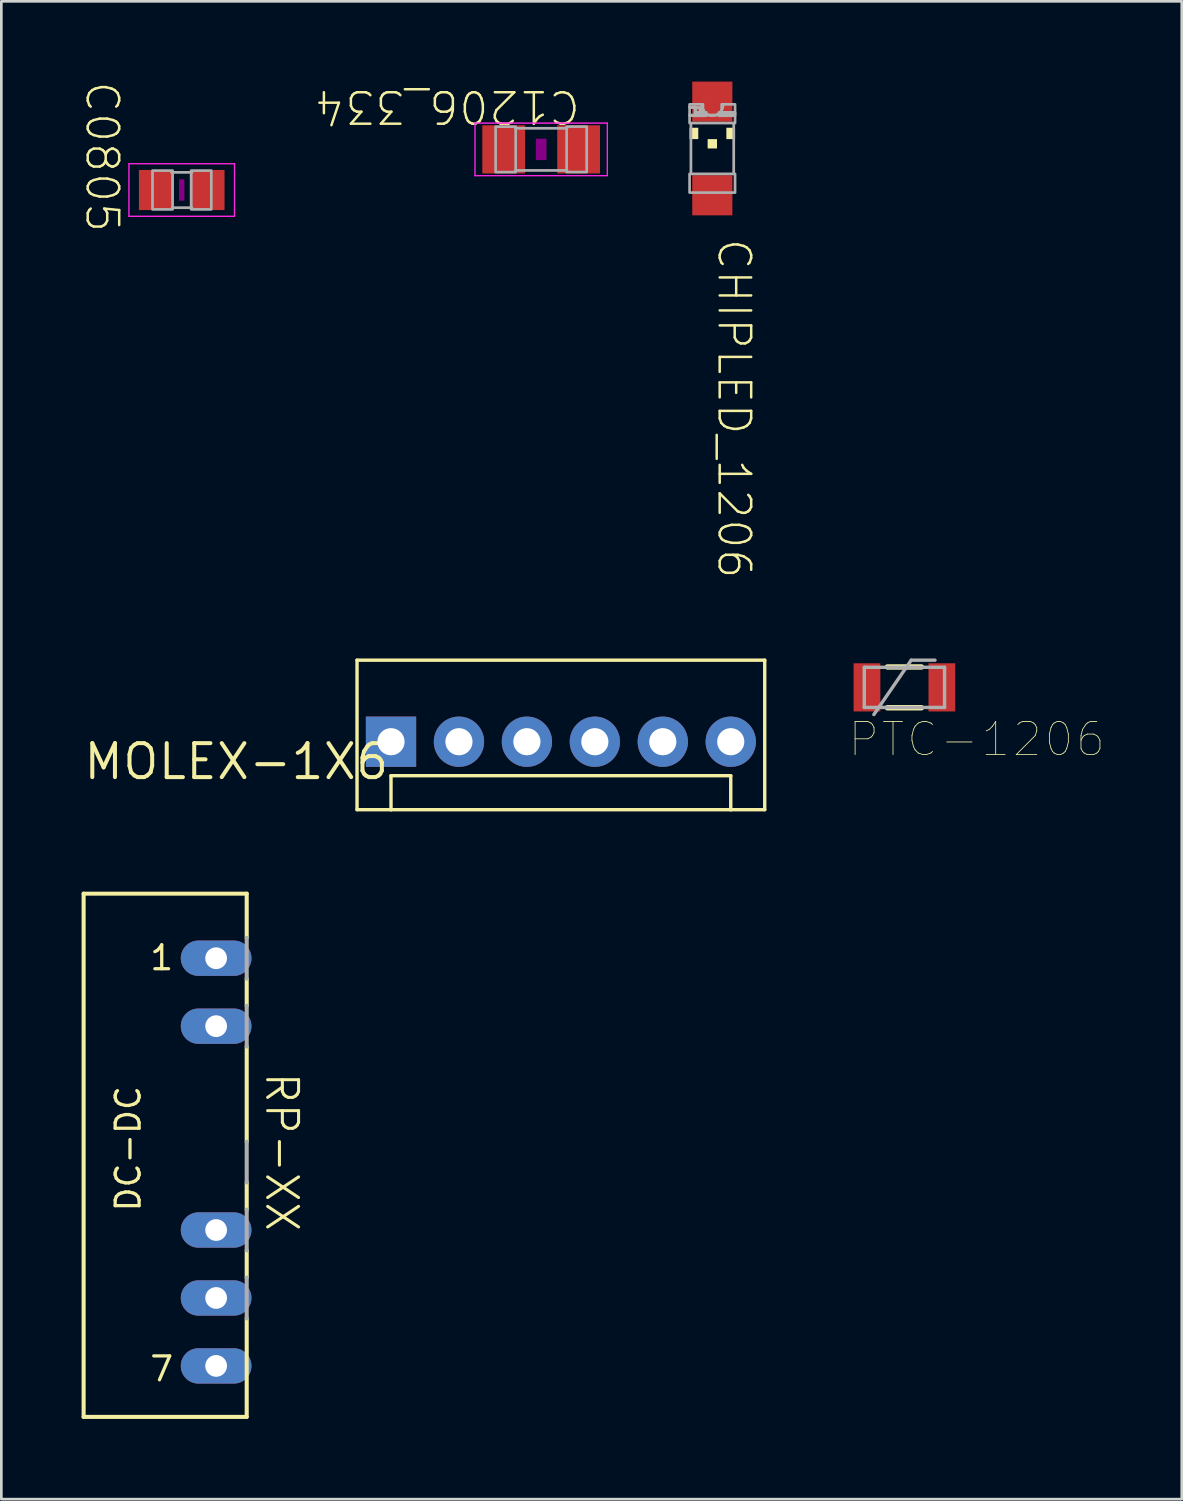
<source format=kicad_pcb>
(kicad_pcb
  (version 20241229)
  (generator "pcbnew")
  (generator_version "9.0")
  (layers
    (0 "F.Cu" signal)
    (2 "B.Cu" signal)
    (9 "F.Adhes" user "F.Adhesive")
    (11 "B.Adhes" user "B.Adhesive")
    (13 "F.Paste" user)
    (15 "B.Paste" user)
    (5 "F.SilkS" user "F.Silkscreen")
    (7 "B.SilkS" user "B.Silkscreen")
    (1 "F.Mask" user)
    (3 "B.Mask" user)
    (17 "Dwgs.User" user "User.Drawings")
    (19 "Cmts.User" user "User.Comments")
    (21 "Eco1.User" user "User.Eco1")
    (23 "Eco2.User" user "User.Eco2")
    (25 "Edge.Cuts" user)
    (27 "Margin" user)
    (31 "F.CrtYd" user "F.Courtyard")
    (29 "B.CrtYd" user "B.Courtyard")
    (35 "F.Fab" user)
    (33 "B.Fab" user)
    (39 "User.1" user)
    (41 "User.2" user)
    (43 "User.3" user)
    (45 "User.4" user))
  (footprint "C0805"
    (layer "F.Cu")
    (at 3.743 4.053)
    (property "Reference" "C0805" (at -2.286 1.651 270) (unlocked yes) (layer "F.SilkS") (effects (font (size 1.177 1.177) (thickness 0.093)) (justify right top)))
    (fp_poly (pts (xy -0.1 0.4) (xy 0.1 0.4) (xy 0.1 -0.4) (xy -0.1 -0.4)) (stroke (width 0) (type default)) (fill yes) (layer "F.Adhes"))
    (fp_line (start -1.973 -0.983) (end 1.973 -0.983) (stroke (width 0.051) (type solid)) (layer "F.CrtYd"))
    (fp_line (start -1.973 0.983) (end -1.973 -0.983) (stroke (width 0.051) (type solid)) (layer "F.CrtYd"))
    (fp_line (start 1.973 -0.983) (end 1.973 0.983) (stroke (width 0.051) (type solid)) (layer "F.CrtYd"))
    (fp_line (start 1.973 0.983) (end -1.973 0.983) (stroke (width 0.051) (type solid)) (layer "F.CrtYd"))
    (fp_line (start -0.381 -0.66) (end 0.381 -0.66) (stroke (width 0.102) (type solid)) (layer "F.Fab"))
    (fp_line (start -0.356 0.66) (end 0.381 0.66) (stroke (width 0.102) (type solid)) (layer "F.Fab"))
    (fp_poly (pts (xy -1.092 0.724) (xy -0.342 0.724) (xy -0.342 -0.726) (xy -1.092 -0.726)) (stroke (width 0.1) (type default)) (fill no) (layer "F.Fab"))
    (fp_poly (pts (xy 0.356 0.724) (xy 1.106 0.724) (xy 1.106 -0.726) (xy 0.356 -0.726)) (stroke (width 0.1) (type default)) (fill no) (layer "F.Fab"))
    (pad "1" smd rect (at -0.95 0) (size 1.3 1.5) (layers "F.Cu" "F.Mask" "F.Paste"))
    (pad "2" smd rect (at 0.95 0) (size 1.3 1.5) (layers "F.Cu" "F.Mask" "F.Paste")))
  (footprint "PTC-1206"
    (layer "F.Cu")
    (at 30.758 22.644)
    (property "Reference" "PTC-1206" (at -2.159 2.667 0) (unlocked yes) (layer "F.SilkS") (effects (font (size 1.24 1.24) (thickness 0.03)) (justify left bottom)))
    (fp_line (start -0.635 -0.762) (end 0.635 -0.762) (stroke (width 0.203) (type solid)) (layer "F.SilkS"))
    (fp_line (start 0.635 0.762) (end -0.635 0.762) (stroke (width 0.203) (type solid)) (layer "F.SilkS"))
    (fp_line (start -1.5 -0.75) (end 1.5 -0.75) (stroke (width 0.127) (type solid)) (layer "F.Fab"))
    (fp_line (start -1.5 0.75) (end -1.5 -0.75) (stroke (width 0.127) (type solid)) (layer "F.Fab"))
    (fp_line (start -1.143 1.016) (end 0.254 -1.016) (stroke (width 0.127) (type solid)) (layer "F.Fab"))
    (fp_line (start 0.254 -1.016) (end 1.143 -1.016) (stroke (width 0.127) (type solid)) (layer "F.Fab"))
    (fp_line (start 1.5 -0.75) (end 1.5 0.75) (stroke (width 0.127) (type solid)) (layer "F.Fab"))
    (fp_line (start 1.5 0.75) (end -1.5 0.75) (stroke (width 0.127) (type solid)) (layer "F.Fab"))
    (pad "1" smd rect (at -1.4 0) (size 1 1.8) (layers "F.Cu" "F.Mask" "F.Paste"))
    (pad "2" smd rect (at 1.4 0) (size 1 1.8) (layers "F.Cu" "F.Mask" "F.Paste")))
  (footprint "CHIPLED_1206"
    (layer "F.Cu")
    (at 23.577 2.5)
    (property "Reference" "CHIPLED_1206" (at 0.127 3.302 270) (unlocked yes) (layer "F.SilkS") (effects (font (size 1.177 1.177) (thickness 0.093)) (justify left bottom)))
    (fp_poly (pts (xy -0.85 -0.35) (xy -0.525 -0.35) (xy -0.525 -0.775) (xy -0.85 -0.775)) (stroke (width 0) (type default)) (fill yes) (layer "F.SilkS"))
    (fp_poly (pts (xy -0.175 0) (xy 0.175 0) (xy 0.175 -0.35) (xy -0.175 -0.35)) (stroke (width 0) (type default)) (fill yes) (layer "F.SilkS"))
    (fp_poly (pts (xy 0.525 -0.35) (xy 0.85 -0.35) (xy 0.85 -0.775) (xy 0.525 -0.775)) (stroke (width 0) (type default)) (fill yes) (layer "F.SilkS"))
    (fp_line (start -0.8 0.95) (end -0.8 -0.95) (stroke (width 0.102) (type solid)) (layer "F.Fab"))
    (fp_line (start 0.8 -0.95) (end 0.8 0.95) (stroke (width 0.102) (type solid)) (layer "F.Fab"))
    (fp_arc (start 0.4 -1.625) (mid 0 -1.225) (end -0.4 -1.625) (stroke (width 0.1016) (type solid)) (layer "F.Fab"))
    (fp_circle (center -0.55 -1.425) (end -0.45 -1.425) (stroke (width 0.102) (type solid)) (fill no) (layer "F.Fab"))
    (fp_poly (pts (xy -0.85 -1.525) (xy -0.35 -1.525) (xy -0.35 -1.65) (xy -0.85 -1.65)) (stroke (width 0.1) (type default)) (fill no) (layer "F.Fab"))
    (fp_poly (pts (xy -0.85 -1.225) (xy -0.625 -1.225) (xy -0.625 -1.55) (xy -0.85 -1.55)) (stroke (width 0.1) (type default)) (fill no) (layer "F.Fab"))
    (fp_poly (pts (xy -0.85 -0.95) (xy 0.85 -0.95) (xy 0.85 -1.25) (xy -0.85 -1.25)) (stroke (width 0.1) (type default)) (fill no) (layer "F.Fab"))
    (fp_poly (pts (xy -0.85 1.65) (xy 0.85 1.65) (xy 0.85 0.95) (xy -0.85 0.95)) (stroke (width 0.1) (type default)) (fill no) (layer "F.Fab"))
    (fp_poly (pts (xy -0.65 -1.225) (xy -0.225 -1.225) (xy -0.225 -1.35) (xy -0.65 -1.35)) (stroke (width 0.1) (type default)) (fill no) (layer "F.Fab"))
    (fp_poly (pts (xy -0.45 -1.225) (xy -0.325 -1.225) (xy -0.325 -1.45) (xy -0.45 -1.45)) (stroke (width 0.1) (type default)) (fill no) (layer "F.Fab"))
    (fp_poly (pts (xy 0.25 -1.225) (xy 0.85 -1.225) (xy 0.85 -1.35) (xy 0.25 -1.35)) (stroke (width 0.1) (type default)) (fill no) (layer "F.Fab"))
    (fp_poly (pts (xy 0.35 -1.3) (xy 0.85 -1.3) (xy 0.85 -1.65) (xy 0.35 -1.65)) (stroke (width 0.1) (type default)) (fill no) (layer "F.Fab"))
    (pad "A" smd rect (at 0 1.75) (size 1.5 1.5) (layers "F.Cu" "F.Mask" "F.Paste"))
    (pad "C" smd rect (at 0 -1.75) (size 1.5 1.5) (layers "F.Cu" "F.Mask" "F.Paste")))
  (footprint "MOLEX-1X6"
    (layer "F.Cu")
    (at 11.566 24.676)
    (property "Reference" "MOLEX-1X6" (at 0 0 0) (layer "F.SilkS") (effects (font (size 1.27 1.27) (thickness 0.15)) (justify right top)))
    (fp_line (start -1.27 -3.048) (end -1.27 2.54) (stroke (width 0.127) (type solid)) (layer "F.SilkS"))
    (fp_line (start 0 1.27) (end 12.7 1.27) (stroke (width 0.127) (type solid)) (layer "F.SilkS"))
    (fp_line (start 0 2.54) (end -1.27 2.54) (stroke (width 0.127) (type solid)) (layer "F.SilkS"))
    (fp_line (start 0 2.54) (end 0 1.27) (stroke (width 0.127) (type solid)) (layer "F.SilkS"))
    (fp_line (start 12.7 1.27) (end 12.7 2.54) (stroke (width 0.127) (type solid)) (layer "F.SilkS"))
    (fp_line (start 12.7 2.54) (end 0 2.54) (stroke (width 0.127) (type solid)) (layer "F.SilkS"))
    (fp_line (start 13.97 -3.048) (end -1.27 -3.048) (stroke (width 0.127) (type solid)) (layer "F.SilkS"))
    (fp_line (start 13.97 -3.048) (end 13.97 2.54) (stroke (width 0.127) (type solid)) (layer "F.SilkS"))
    (fp_line (start 13.97 2.54) (end 12.7 2.54) (stroke (width 0.127) (type solid)) (layer "F.SilkS"))
    (pad "1" thru_hole rect (at 0 0) (size 1.88 1.88) (drill 1.016) (layers "*.Cu" "*.Mask"))
    (pad "2" thru_hole circle (at 2.54 0) (size 1.88 1.88) (drill 1.016) (layers "*.Cu" "*.Mask"))
    (pad "3" thru_hole circle (at 5.08 0) (size 1.88 1.88) (drill 1.016) (layers "*.Cu" "*.Mask"))
    (pad "4" thru_hole circle (at 7.62 0) (size 1.88 1.88) (drill 1.016) (layers "*.Cu" "*.Mask"))
    (pad "5" thru_hole circle (at 10.16 0) (size 1.88 1.88) (drill 1.016) (layers "*.Cu" "*.Mask"))
    (pad "6" thru_hole circle (at 12.7 0) (size 1.88 1.88) (drill 1.016) (layers "*.Cu" "*.Mask")))
  (footprint "C1206_334"
    (layer "F.Cu")
    (at 17.179 2.534)
    (property "Reference" "C1206_334" (at 1.524 -2.286 180) (unlocked yes) (layer "F.SilkS") (effects (font (size 1.177 1.177) (thickness 0.093)) (justify left bottom)))
    (fp_poly (pts (xy -0.2 0.4) (xy 0.2 0.4) (xy 0.2 -0.4) (xy -0.2 -0.4)) (stroke (width 0) (type default)) (fill yes) (layer "F.Adhes"))
    (fp_line (start -2.473 -0.983) (end 2.473 -0.983) (stroke (width 0.051) (type solid)) (layer "F.CrtYd"))
    (fp_line (start -2.473 0.983) (end -2.473 -0.983) (stroke (width 0.051) (type solid)) (layer "F.CrtYd"))
    (fp_line (start 2.473 -0.983) (end 2.473 0.983) (stroke (width 0.051) (type solid)) (layer "F.CrtYd"))
    (fp_line (start 2.473 0.983) (end -2.473 0.983) (stroke (width 0.051) (type solid)) (layer "F.CrtYd"))
    (fp_line (start -0.965 -0.787) (end 0.965 -0.787) (stroke (width 0.102) (type solid)) (layer "F.Fab"))
    (fp_line (start -0.965 0.787) (end 0.965 0.787) (stroke (width 0.102) (type solid)) (layer "F.Fab"))
    (fp_poly (pts (xy -1.702 0.851) (xy -0.952 0.851) (xy -0.952 -0.849) (xy -1.702 -0.849)) (stroke (width 0.1) (type default)) (fill no) (layer "F.Fab"))
    (fp_poly (pts (xy 0.952 0.849) (xy 1.702 0.849) (xy 1.702 -0.851) (xy 0.952 -0.851)) (stroke (width 0.1) (type default)) (fill no) (layer "F.Fab"))
    (pad "1" smd rect (at -1.4 0) (size 1.6 1.8) (layers "F.Cu" "F.Mask" "F.Paste"))
    (pad "2" smd rect (at 1.4 0) (size 1.6 1.8) (layers "F.Cu" "F.Mask" "F.Paste")))
  (footprint "RP-XX"
    (layer "F.Cu")
    (at 5.029 39.119)
    (property "Reference" "RP-XX" (at 1.778 -2.159 270) (unlocked yes) (layer "F.SilkS") (effects (font (size 1.156 1.156) (thickness 0.114)) (justify left bottom)))
    (fp_line (start -4.953 -8.763) (end -4.953 10.795) (stroke (width 0.152) (type solid)) (layer "F.SilkS"))
    (fp_line (start -4.953 10.795) (end 1.143 10.795) (stroke (width 0.152) (type solid)) (layer "F.SilkS"))
    (fp_line (start 1.143 -8.763) (end -4.953 -8.763) (stroke (width 0.152) (type solid)) (layer "F.SilkS"))
    (fp_line (start 1.143 -7.112) (end 1.143 -8.763) (stroke (width 0.152) (type solid)) (layer "F.SilkS"))
    (fp_line (start 1.143 -4.572) (end 1.143 -5.588) (stroke (width 0.152) (type solid)) (layer "F.SilkS"))
    (fp_line (start 1.143 0.508) (end 1.143 -3.048) (stroke (width 0.152) (type solid)) (layer "F.SilkS"))
    (fp_line (start 1.143 3.048) (end 1.143 2.032) (stroke (width 0.152) (type solid)) (layer "F.SilkS"))
    (fp_line (start 1.143 5.588) (end 1.143 4.572) (stroke (width 0.152) (type solid)) (layer "F.SilkS"))
    (fp_line (start 1.143 10.795) (end 1.143 7.112) (stroke (width 0.152) (type solid)) (layer "F.SilkS"))
    (fp_line (start 1.143 -5.588) (end 1.143 -7.112) (stroke (width 0.152) (type solid)) (layer "F.Fab"))
    (fp_line (start 1.143 -3.048) (end 1.143 -4.572) (stroke (width 0.152) (type solid)) (layer "F.Fab"))
    (fp_line (start 1.143 2.032) (end 1.143 0.508) (stroke (width 0.152) (type solid)) (layer "F.Fab"))
    (fp_line (start 1.143 4.572) (end 1.143 3.048) (stroke (width 0.152) (type solid)) (layer "F.Fab"))
    (fp_line (start 1.143 7.112) (end 1.143 5.588) (stroke (width 0.152) (type solid)) (layer "F.Fab"))
    (fp_text user "DC-DC" (at -3.81 -1.651 90) (unlocked yes) (layer "F.SilkS") (effects (font (size 0.894 0.894) (thickness 0.122)) (justify right top)))
    (fp_text user "1" (at -2.54 -5.842 0) (unlocked yes) (layer "F.SilkS") (effects (font (size 0.894 0.894) (thickness 0.122)) (justify left bottom)))
    (fp_text user "7" (at -2.54 9.525 0) (unlocked yes) (layer "F.SilkS") (effects (font (size 0.894 0.894) (thickness 0.122)) (justify left bottom)))
    (pad "1" thru_hole oval (at 0 -6.35) (size 2.642 1.321) (drill 0.813) (layers "*.Cu" "*.Mask"))
    (pad "2" thru_hole oval (at 0 -3.81) (size 2.642 1.321) (drill 0.813) (layers "*.Cu" "*.Mask"))
    (pad "5" thru_hole oval (at 0 3.81) (size 2.642 1.321) (drill 0.813) (layers "*.Cu" "*.Mask"))
    (pad "6" thru_hole oval (at 0 6.35) (size 2.642 1.321) (drill 0.813) (layers "*.Cu" "*.Mask"))
    (pad "7" thru_hole oval (at 0 8.89) (size 2.642 1.321) (drill 0.813) (layers "*.Cu" "*.Mask")))
  (gr_rect
    (start -3 -3)
    (end 41.125 52.99)
    (stroke (width 0.1) (type default))
    (fill no)
    (layer "Edge.Cuts")))
</source>
